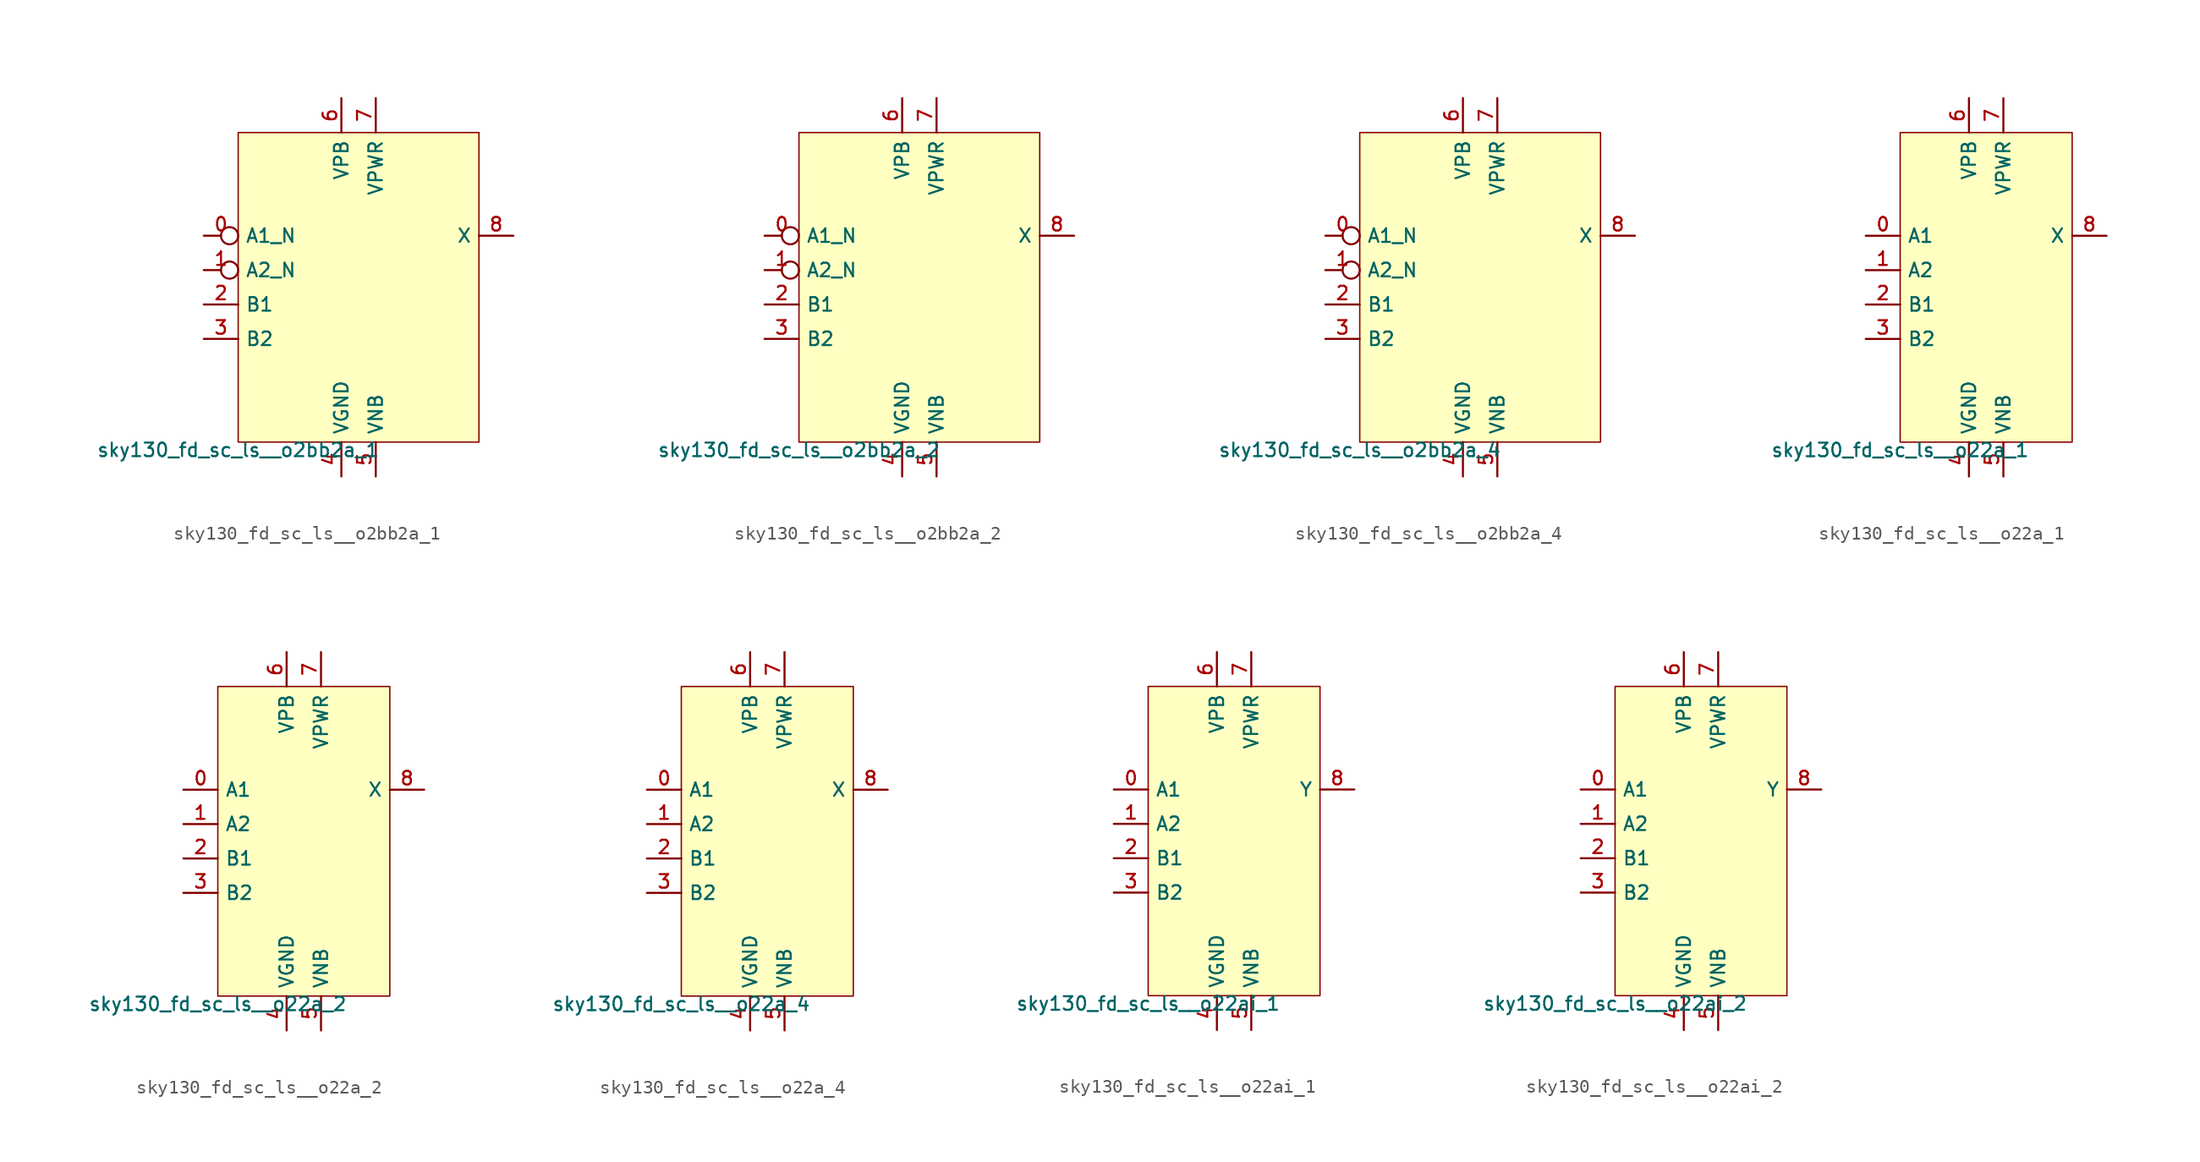
<source format=kicad_sym>
(kicad_symbol_lib
  (version 20211014)
  (generator lef2kicad_sym)
  (symbol "sky130_fd_sc_ls__o2bb2a_1"
    (property "Reference" "X"
      (at 0 0 0)
      (effects (font (size 1 1)) hide))
    (property "Value" "sky130_fd_sc_ls__o2bb2a_1"
      (at -8.89 -11.43 0)
      (effects (font (size 1 1)) (justify top)))
    (rectangle
      (start -8.89 -11.43)
      (end 8.89 11.43)
      (stroke (width 0.1) (type solid) (color 0 0 0 0))
      (fill (type background)))
    (pin input inverted
      (at -11.43 3.81 0)
      (length 2.54)
      (name "A1_N" (effects (font (size 1 1)) hide))
      (number "0" (effects (font (size 1 1)) hide)))
    (pin input inverted
      (at -11.43 1.27 0)
      (length 2.54)
      (name "A2_N" (effects (font (size 1 1)) hide))
      (number "1" (effects (font (size 1 1)) hide)))
    (pin input line
      (at -11.43 -1.27 0)
      (length 2.54)
      (name "B1" (effects (font (size 1 1)) hide))
      (number "2" (effects (font (size 1 1)) hide)))
    (pin input line
      (at -11.43 -3.81 0)
      (length 2.54)
      (name "B2" (effects (font (size 1 1)) hide))
      (number "3" (effects (font (size 1 1)) hide)))
    (pin power_in line
      (at -1.27 -13.97 90)
      (length 2.54)
      (name "VGND" (effects (font (size 1 1)) hide))
      (number "4" (effects (font (size 1 1)) hide)))
    (pin power_in line
      (at 1.27 -13.97 90)
      (length 2.54)
      (name "VNB" (effects (font (size 1 1)) hide))
      (number "5" (effects (font (size 1 1)) hide)))
    (pin power_in line
      (at -1.27 13.97 270)
      (length 2.54)
      (name "VPB" (effects (font (size 1 1)) hide))
      (number "6" (effects (font (size 1 1)) hide)))
    (pin power_in line
      (at 1.27 13.97 270)
      (length 2.54)
      (name "VPWR" (effects (font (size 1 1)) hide))
      (number "7" (effects (font (size 1 1)) hide)))
    (pin output line
      (at 11.43 3.81 180)
      (length 2.54)
      (name "X" (effects (font (size 1 1)) hide))
      (number "8" (effects (font (size 1 1)) hide))))
  (symbol "sky130_fd_sc_ls__o2bb2a_2"
    (property "Reference" "X"
      (at 0 0 0)
      (effects (font (size 1 1)) hide))
    (property "Value" "sky130_fd_sc_ls__o2bb2a_2"
      (at -8.89 -11.43 0)
      (effects (font (size 1 1)) (justify top)))
    (rectangle
      (start -8.89 -11.43)
      (end 8.89 11.43)
      (stroke (width 0.1) (type solid) (color 0 0 0 0))
      (fill (type background)))
    (pin input inverted
      (at -11.43 3.81 0)
      (length 2.54)
      (name "A1_N" (effects (font (size 1 1)) hide))
      (number "0" (effects (font (size 1 1)) hide)))
    (pin input inverted
      (at -11.43 1.27 0)
      (length 2.54)
      (name "A2_N" (effects (font (size 1 1)) hide))
      (number "1" (effects (font (size 1 1)) hide)))
    (pin input line
      (at -11.43 -1.27 0)
      (length 2.54)
      (name "B1" (effects (font (size 1 1)) hide))
      (number "2" (effects (font (size 1 1)) hide)))
    (pin input line
      (at -11.43 -3.81 0)
      (length 2.54)
      (name "B2" (effects (font (size 1 1)) hide))
      (number "3" (effects (font (size 1 1)) hide)))
    (pin power_in line
      (at -1.27 -13.97 90)
      (length 2.54)
      (name "VGND" (effects (font (size 1 1)) hide))
      (number "4" (effects (font (size 1 1)) hide)))
    (pin power_in line
      (at 1.27 -13.97 90)
      (length 2.54)
      (name "VNB" (effects (font (size 1 1)) hide))
      (number "5" (effects (font (size 1 1)) hide)))
    (pin power_in line
      (at -1.27 13.97 270)
      (length 2.54)
      (name "VPB" (effects (font (size 1 1)) hide))
      (number "6" (effects (font (size 1 1)) hide)))
    (pin power_in line
      (at 1.27 13.97 270)
      (length 2.54)
      (name "VPWR" (effects (font (size 1 1)) hide))
      (number "7" (effects (font (size 1 1)) hide)))
    (pin output line
      (at 11.43 3.81 180)
      (length 2.54)
      (name "X" (effects (font (size 1 1)) hide))
      (number "8" (effects (font (size 1 1)) hide))))
  (symbol "sky130_fd_sc_ls__o2bb2a_4"
    (property "Reference" "X"
      (at 0 0 0)
      (effects (font (size 1 1)) hide))
    (property "Value" "sky130_fd_sc_ls__o2bb2a_4"
      (at -8.89 -11.43 0)
      (effects (font (size 1 1)) (justify top)))
    (rectangle
      (start -8.89 -11.43)
      (end 8.89 11.43)
      (stroke (width 0.1) (type solid) (color 0 0 0 0))
      (fill (type background)))
    (pin input inverted
      (at -11.43 3.81 0)
      (length 2.54)
      (name "A1_N" (effects (font (size 1 1)) hide))
      (number "0" (effects (font (size 1 1)) hide)))
    (pin input inverted
      (at -11.43 1.27 0)
      (length 2.54)
      (name "A2_N" (effects (font (size 1 1)) hide))
      (number "1" (effects (font (size 1 1)) hide)))
    (pin input line
      (at -11.43 -1.27 0)
      (length 2.54)
      (name "B1" (effects (font (size 1 1)) hide))
      (number "2" (effects (font (size 1 1)) hide)))
    (pin input line
      (at -11.43 -3.81 0)
      (length 2.54)
      (name "B2" (effects (font (size 1 1)) hide))
      (number "3" (effects (font (size 1 1)) hide)))
    (pin power_in line
      (at -1.27 -13.97 90)
      (length 2.54)
      (name "VGND" (effects (font (size 1 1)) hide))
      (number "4" (effects (font (size 1 1)) hide)))
    (pin power_in line
      (at 1.27 -13.97 90)
      (length 2.54)
      (name "VNB" (effects (font (size 1 1)) hide))
      (number "5" (effects (font (size 1 1)) hide)))
    (pin power_in line
      (at -1.27 13.97 270)
      (length 2.54)
      (name "VPB" (effects (font (size 1 1)) hide))
      (number "6" (effects (font (size 1 1)) hide)))
    (pin power_in line
      (at 1.27 13.97 270)
      (length 2.54)
      (name "VPWR" (effects (font (size 1 1)) hide))
      (number "7" (effects (font (size 1 1)) hide)))
    (pin output line
      (at 11.43 3.81 180)
      (length 2.54)
      (name "X" (effects (font (size 1 1)) hide))
      (number "8" (effects (font (size 1 1)) hide))))
  (symbol "sky130_fd_sc_ls__o22a_1"
    (property "Reference" "X"
      (at 0 0 0)
      (effects (font (size 1 1)) hide))
    (property "Value" "sky130_fd_sc_ls__o22a_1"
      (at -6.35 -11.43 0)
      (effects (font (size 1 1)) (justify top)))
    (rectangle
      (start -6.35 -11.43)
      (end 6.35 11.43)
      (stroke (width 0.1) (type solid) (color 0 0 0 0))
      (fill (type background)))
    (pin input line
      (at -8.89 3.81 0)
      (length 2.54)
      (name "A1" (effects (font (size 1 1)) hide))
      (number "0" (effects (font (size 1 1)) hide)))
    (pin input line
      (at -8.89 1.27 0)
      (length 2.54)
      (name "A2" (effects (font (size 1 1)) hide))
      (number "1" (effects (font (size 1 1)) hide)))
    (pin input line
      (at -8.89 -1.27 0)
      (length 2.54)
      (name "B1" (effects (font (size 1 1)) hide))
      (number "2" (effects (font (size 1 1)) hide)))
    (pin input line
      (at -8.89 -3.81 0)
      (length 2.54)
      (name "B2" (effects (font (size 1 1)) hide))
      (number "3" (effects (font (size 1 1)) hide)))
    (pin power_in line
      (at -1.27 -13.97 90)
      (length 2.54)
      (name "VGND" (effects (font (size 1 1)) hide))
      (number "4" (effects (font (size 1 1)) hide)))
    (pin power_in line
      (at 1.27 -13.97 90)
      (length 2.54)
      (name "VNB" (effects (font (size 1 1)) hide))
      (number "5" (effects (font (size 1 1)) hide)))
    (pin power_in line
      (at -1.27 13.97 270)
      (length 2.54)
      (name "VPB" (effects (font (size 1 1)) hide))
      (number "6" (effects (font (size 1 1)) hide)))
    (pin power_in line
      (at 1.27 13.97 270)
      (length 2.54)
      (name "VPWR" (effects (font (size 1 1)) hide))
      (number "7" (effects (font (size 1 1)) hide)))
    (pin output line
      (at 8.89 3.81 180)
      (length 2.54)
      (name "X" (effects (font (size 1 1)) hide))
      (number "8" (effects (font (size 1 1)) hide))))
  (symbol "sky130_fd_sc_ls__o22a_2"
    (property "Reference" "X"
      (at 0 0 0)
      (effects (font (size 1 1)) hide))
    (property "Value" "sky130_fd_sc_ls__o22a_2"
      (at -6.35 -11.43 0)
      (effects (font (size 1 1)) (justify top)))
    (rectangle
      (start -6.35 -11.43)
      (end 6.35 11.43)
      (stroke (width 0.1) (type solid) (color 0 0 0 0))
      (fill (type background)))
    (pin input line
      (at -8.89 3.81 0)
      (length 2.54)
      (name "A1" (effects (font (size 1 1)) hide))
      (number "0" (effects (font (size 1 1)) hide)))
    (pin input line
      (at -8.89 1.27 0)
      (length 2.54)
      (name "A2" (effects (font (size 1 1)) hide))
      (number "1" (effects (font (size 1 1)) hide)))
    (pin input line
      (at -8.89 -1.27 0)
      (length 2.54)
      (name "B1" (effects (font (size 1 1)) hide))
      (number "2" (effects (font (size 1 1)) hide)))
    (pin input line
      (at -8.89 -3.81 0)
      (length 2.54)
      (name "B2" (effects (font (size 1 1)) hide))
      (number "3" (effects (font (size 1 1)) hide)))
    (pin power_in line
      (at -1.27 -13.97 90)
      (length 2.54)
      (name "VGND" (effects (font (size 1 1)) hide))
      (number "4" (effects (font (size 1 1)) hide)))
    (pin power_in line
      (at 1.27 -13.97 90)
      (length 2.54)
      (name "VNB" (effects (font (size 1 1)) hide))
      (number "5" (effects (font (size 1 1)) hide)))
    (pin power_in line
      (at -1.27 13.97 270)
      (length 2.54)
      (name "VPB" (effects (font (size 1 1)) hide))
      (number "6" (effects (font (size 1 1)) hide)))
    (pin power_in line
      (at 1.27 13.97 270)
      (length 2.54)
      (name "VPWR" (effects (font (size 1 1)) hide))
      (number "7" (effects (font (size 1 1)) hide)))
    (pin output line
      (at 8.89 3.81 180)
      (length 2.54)
      (name "X" (effects (font (size 1 1)) hide))
      (number "8" (effects (font (size 1 1)) hide))))
  (symbol "sky130_fd_sc_ls__o22a_4"
    (property "Reference" "X"
      (at 0 0 0)
      (effects (font (size 1 1)) hide))
    (property "Value" "sky130_fd_sc_ls__o22a_4"
      (at -6.35 -11.43 0)
      (effects (font (size 1 1)) (justify top)))
    (rectangle
      (start -6.35 -11.43)
      (end 6.35 11.43)
      (stroke (width 0.1) (type solid) (color 0 0 0 0))
      (fill (type background)))
    (pin input line
      (at -8.89 3.81 0)
      (length 2.54)
      (name "A1" (effects (font (size 1 1)) hide))
      (number "0" (effects (font (size 1 1)) hide)))
    (pin input line
      (at -8.89 1.27 0)
      (length 2.54)
      (name "A2" (effects (font (size 1 1)) hide))
      (number "1" (effects (font (size 1 1)) hide)))
    (pin input line
      (at -8.89 -1.27 0)
      (length 2.54)
      (name "B1" (effects (font (size 1 1)) hide))
      (number "2" (effects (font (size 1 1)) hide)))
    (pin input line
      (at -8.89 -3.81 0)
      (length 2.54)
      (name "B2" (effects (font (size 1 1)) hide))
      (number "3" (effects (font (size 1 1)) hide)))
    (pin power_in line
      (at -1.27 -13.97 90)
      (length 2.54)
      (name "VGND" (effects (font (size 1 1)) hide))
      (number "4" (effects (font (size 1 1)) hide)))
    (pin power_in line
      (at 1.27 -13.97 90)
      (length 2.54)
      (name "VNB" (effects (font (size 1 1)) hide))
      (number "5" (effects (font (size 1 1)) hide)))
    (pin power_in line
      (at -1.27 13.97 270)
      (length 2.54)
      (name "VPB" (effects (font (size 1 1)) hide))
      (number "6" (effects (font (size 1 1)) hide)))
    (pin power_in line
      (at 1.27 13.97 270)
      (length 2.54)
      (name "VPWR" (effects (font (size 1 1)) hide))
      (number "7" (effects (font (size 1 1)) hide)))
    (pin output line
      (at 8.89 3.81 180)
      (length 2.54)
      (name "X" (effects (font (size 1 1)) hide))
      (number "8" (effects (font (size 1 1)) hide))))
  (symbol "sky130_fd_sc_ls__o22ai_1"
    (property "Reference" "X"
      (at 0 0 0)
      (effects (font (size 1 1)) hide))
    (property "Value" "sky130_fd_sc_ls__o22ai_1"
      (at -6.35 -11.43 0)
      (effects (font (size 1 1)) (justify top)))
    (rectangle
      (start -6.35 -11.43)
      (end 6.35 11.43)
      (stroke (width 0.1) (type solid) (color 0 0 0 0))
      (fill (type background)))
    (pin input line
      (at -8.89 3.81 0)
      (length 2.54)
      (name "A1" (effects (font (size 1 1)) hide))
      (number "0" (effects (font (size 1 1)) hide)))
    (pin input line
      (at -8.89 1.27 0)
      (length 2.54)
      (name "A2" (effects (font (size 1 1)) hide))
      (number "1" (effects (font (size 1 1)) hide)))
    (pin input line
      (at -8.89 -1.27 0)
      (length 2.54)
      (name "B1" (effects (font (size 1 1)) hide))
      (number "2" (effects (font (size 1 1)) hide)))
    (pin input line
      (at -8.89 -3.81 0)
      (length 2.54)
      (name "B2" (effects (font (size 1 1)) hide))
      (number "3" (effects (font (size 1 1)) hide)))
    (pin power_in line
      (at -1.27 -13.97 90)
      (length 2.54)
      (name "VGND" (effects (font (size 1 1)) hide))
      (number "4" (effects (font (size 1 1)) hide)))
    (pin power_in line
      (at 1.27 -13.97 90)
      (length 2.54)
      (name "VNB" (effects (font (size 1 1)) hide))
      (number "5" (effects (font (size 1 1)) hide)))
    (pin power_in line
      (at -1.27 13.97 270)
      (length 2.54)
      (name "VPB" (effects (font (size 1 1)) hide))
      (number "6" (effects (font (size 1 1)) hide)))
    (pin power_in line
      (at 1.27 13.97 270)
      (length 2.54)
      (name "VPWR" (effects (font (size 1 1)) hide))
      (number "7" (effects (font (size 1 1)) hide)))
    (pin output line
      (at 8.89 3.81 180)
      (length 2.54)
      (name "Y" (effects (font (size 1 1)) hide))
      (number "8" (effects (font (size 1 1)) hide))))
  (symbol "sky130_fd_sc_ls__o22ai_2"
    (property "Reference" "X"
      (at 0 0 0)
      (effects (font (size 1 1)) hide))
    (property "Value" "sky130_fd_sc_ls__o22ai_2"
      (at -6.35 -11.43 0)
      (effects (font (size 1 1)) (justify top)))
    (rectangle
      (start -6.35 -11.43)
      (end 6.35 11.43)
      (stroke (width 0.1) (type solid) (color 0 0 0 0))
      (fill (type background)))
    (pin input line
      (at -8.89 3.81 0)
      (length 2.54)
      (name "A1" (effects (font (size 1 1)) hide))
      (number "0" (effects (font (size 1 1)) hide)))
    (pin input line
      (at -8.89 1.27 0)
      (length 2.54)
      (name "A2" (effects (font (size 1 1)) hide))
      (number "1" (effects (font (size 1 1)) hide)))
    (pin input line
      (at -8.89 -1.27 0)
      (length 2.54)
      (name "B1" (effects (font (size 1 1)) hide))
      (number "2" (effects (font (size 1 1)) hide)))
    (pin input line
      (at -8.89 -3.81 0)
      (length 2.54)
      (name "B2" (effects (font (size 1 1)) hide))
      (number "3" (effects (font (size 1 1)) hide)))
    (pin power_in line
      (at -1.27 -13.97 90)
      (length 2.54)
      (name "VGND" (effects (font (size 1 1)) hide))
      (number "4" (effects (font (size 1 1)) hide)))
    (pin power_in line
      (at 1.27 -13.97 90)
      (length 2.54)
      (name "VNB" (effects (font (size 1 1)) hide))
      (number "5" (effects (font (size 1 1)) hide)))
    (pin power_in line
      (at -1.27 13.97 270)
      (length 2.54)
      (name "VPB" (effects (font (size 1 1)) hide))
      (number "6" (effects (font (size 1 1)) hide)))
    (pin power_in line
      (at 1.27 13.97 270)
      (length 2.54)
      (name "VPWR" (effects (font (size 1 1)) hide))
      (number "7" (effects (font (size 1 1)) hide)))
    (pin output line
      (at 8.89 3.81 180)
      (length 2.54)
      (name "Y" (effects (font (size 1 1)) hide))
      (number "8" (effects (font (size 1 1)) hide)))))
</source>
